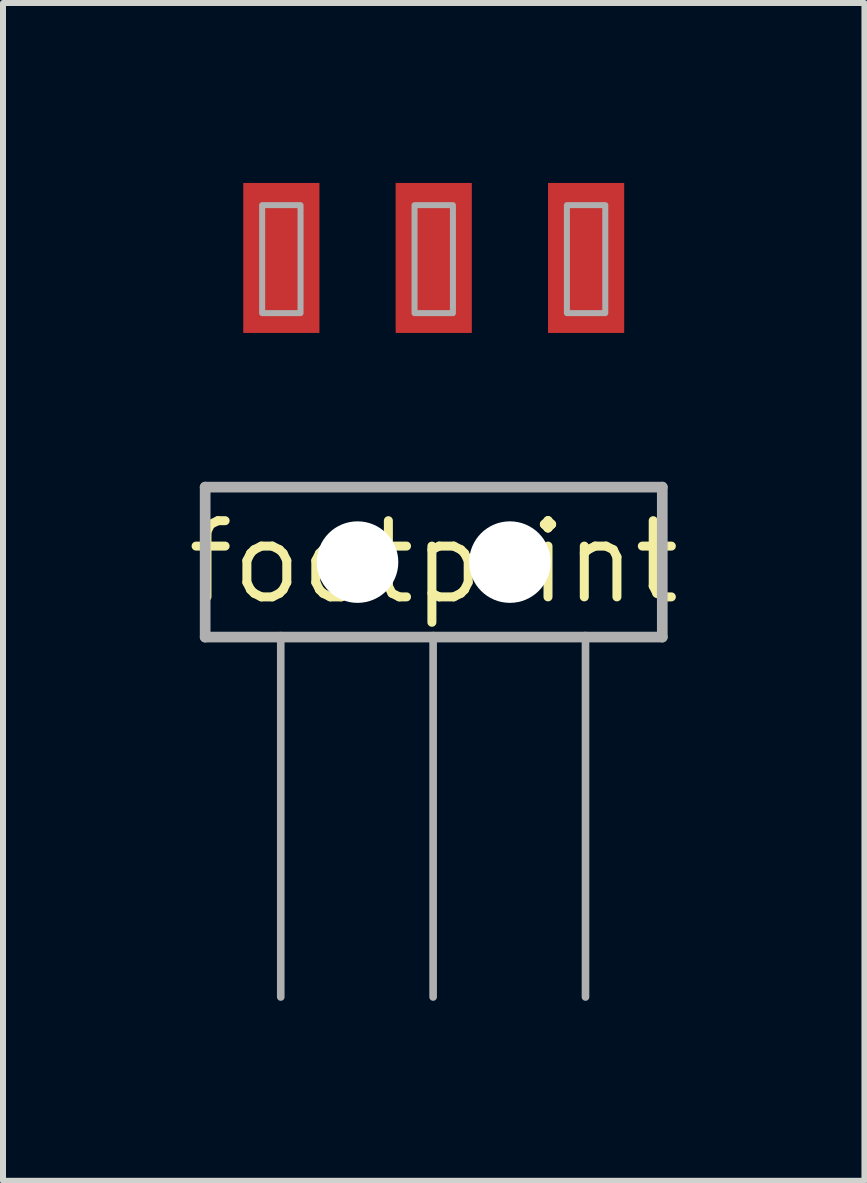
<source format=kicad_pcb>
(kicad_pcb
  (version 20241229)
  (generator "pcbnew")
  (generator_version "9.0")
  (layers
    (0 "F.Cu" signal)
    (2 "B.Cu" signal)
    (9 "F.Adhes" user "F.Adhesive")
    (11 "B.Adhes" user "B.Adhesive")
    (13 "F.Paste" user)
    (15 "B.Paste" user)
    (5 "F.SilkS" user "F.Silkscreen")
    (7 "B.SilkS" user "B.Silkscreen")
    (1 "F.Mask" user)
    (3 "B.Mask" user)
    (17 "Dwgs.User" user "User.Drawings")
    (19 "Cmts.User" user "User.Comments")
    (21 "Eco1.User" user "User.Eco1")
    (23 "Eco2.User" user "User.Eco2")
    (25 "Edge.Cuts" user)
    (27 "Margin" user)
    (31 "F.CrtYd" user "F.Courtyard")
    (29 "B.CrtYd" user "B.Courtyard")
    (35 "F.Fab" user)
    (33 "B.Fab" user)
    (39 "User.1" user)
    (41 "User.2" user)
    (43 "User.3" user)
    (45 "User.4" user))
  (footprint "footprint"
    (layer "F.Cu")
    (at 4.18 6.32)
    (property "Reference" "footprint" (at 0 0 0) (layer "F.SilkS") (effects (font (size 1.27 1.27) (thickness 0.15))))
    (fp_line (start -3.81 -1.25) (end -3.81 1.25) (stroke (width 0.178) (type solid)) (layer "F.Fab"))
    (fp_line (start -2.55 1.25) (end -3.81 1.25) (stroke (width 0.178) (type solid)) (layer "F.Fab"))
    (fp_line (start -2.55 1.25) (end -2.55 7.25) (stroke (width 0.127) (type solid)) (layer "F.Fab"))
    (fp_line (start -0.01 1.25) (end -2.55 1.25) (stroke (width 0.178) (type solid)) (layer "F.Fab"))
    (fp_line (start -0.01 1.25) (end -0.01 7.25) (stroke (width 0.127) (type solid)) (layer "F.Fab"))
    (fp_line (start 2.53 1.25) (end -0.01 1.25) (stroke (width 0.178) (type solid)) (layer "F.Fab"))
    (fp_line (start 2.53 1.25) (end 2.53 7.25) (stroke (width 0.127) (type solid)) (layer "F.Fab"))
    (fp_line (start 3.81 -1.25) (end -3.81 -1.25) (stroke (width 0.178) (type solid)) (layer "F.Fab"))
    (fp_line (start 3.81 1.25) (end 2.53 1.25) (stroke (width 0.178) (type solid)) (layer "F.Fab"))
    (fp_line (start 3.81 1.25) (end 3.81 -1.25) (stroke (width 0.178) (type solid)) (layer "F.Fab"))
    (fp_poly (pts (xy -2.86 -4.15) (xy -2.22 -4.15) (xy -2.22 -5.95) (xy -2.86 -5.95)) (stroke (width 0.1) (type solid)) (fill no) (layer "F.Fab"))
    (fp_poly (pts (xy -0.32 -4.15) (xy 0.32 -4.15) (xy 0.32 -5.95) (xy -0.32 -5.95)) (stroke (width 0.1) (type solid)) (fill no) (layer "F.Fab"))
    (fp_poly (pts (xy 2.22 -4.15) (xy 2.86 -4.15) (xy 2.86 -5.95) (xy 2.22 -5.95)) (stroke (width 0.1) (type solid)) (fill no) (layer "F.Fab"))
    (pad "" np_thru_hole circle (at -1.27 0) (size 1.359 1.359) (drill 1.359) (layers "*.Cu" "*.Mask"))
    (pad "" np_thru_hole circle (at 1.27 0) (size 1.359 1.359) (drill 1.359) (layers "*.Cu" "*.Mask"))
    (pad "1" smd rect (at -2.54 -5.07 90) (size 2.5 1.27) (layers "F.Cu" "F.Mask" "F.Paste"))
    (pad "2" smd rect (at 0 -5.07 90) (size 2.5 1.27) (layers "F.Cu" "F.Mask" "F.Paste"))
    (pad "3" smd rect (at 2.54 -5.07 90) (size 2.5 1.27) (layers "F.Cu" "F.Mask" "F.Paste")))
  (gr_rect
    (start -3 -3)
    (end 11.36 16.634)
    (stroke (width 0.1) (type default))
    (fill no)
    (layer "Edge.Cuts")))
</source>
